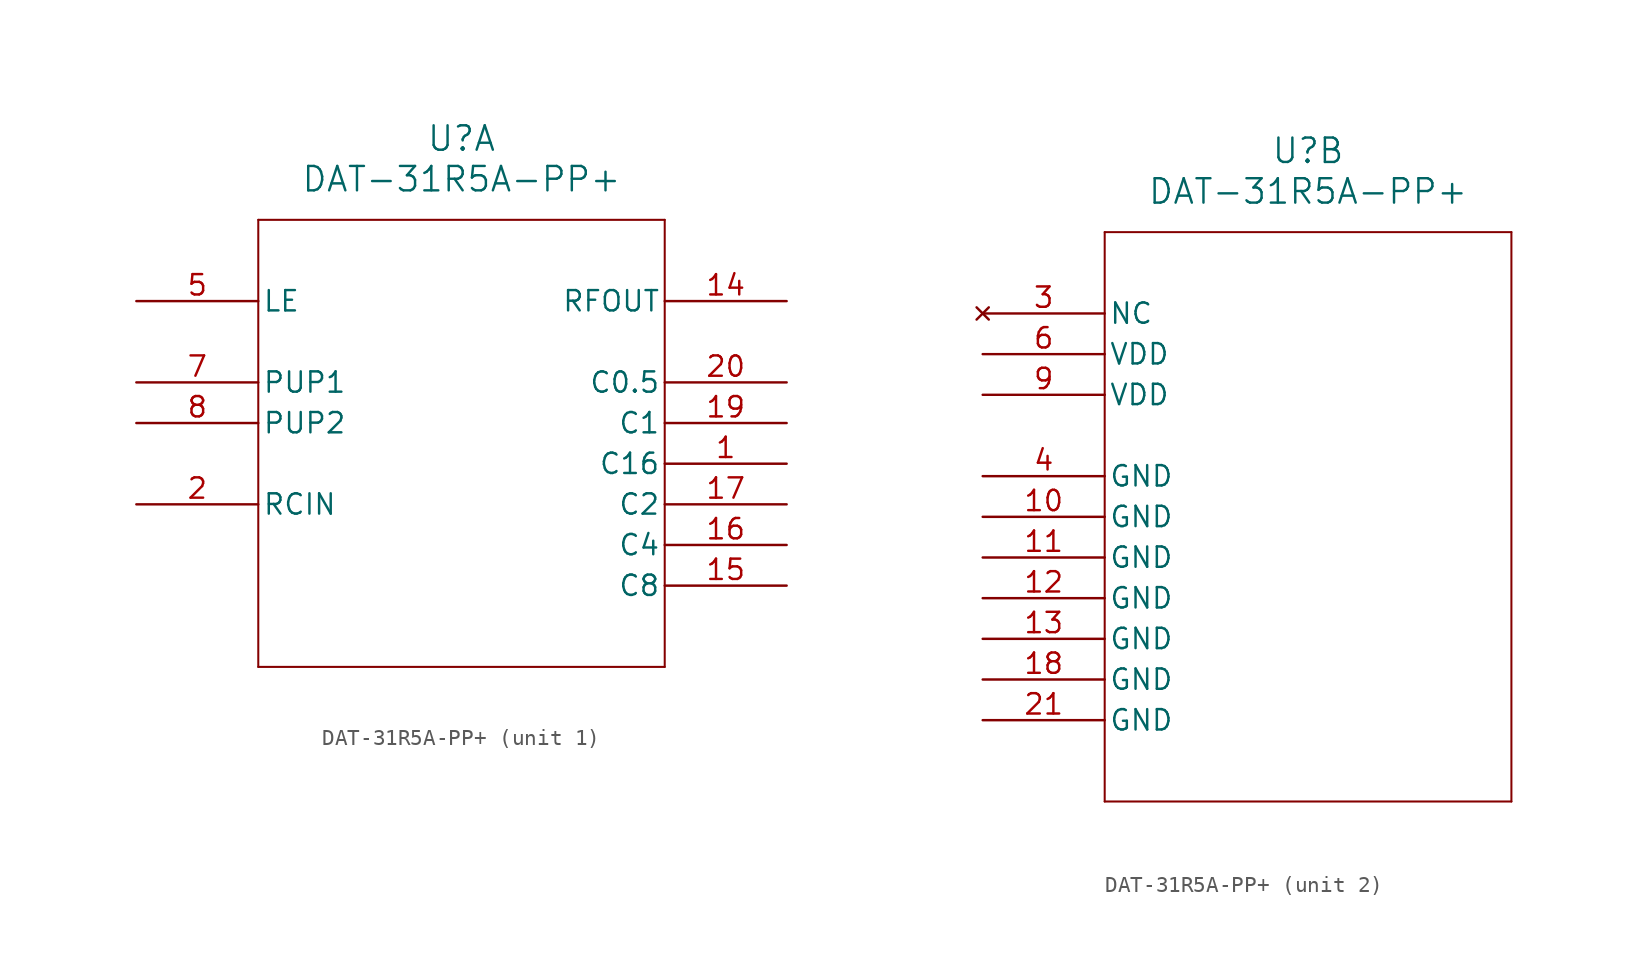
<source format=kicad_sym>
(kicad_symbol_lib
  (version 20211014)
  (generator kicad_symbol_editor)
  (symbol "DAT-31R5A-PP+"
    (pin_names
      (offset 0.254))
    (property "Reference" "U"
      (at 20.32 10.16 0)
      (effects (font (size 1.524 1.524))))
    (property "Value" "DAT-31R5A-PP+"
      (at 20.32 7.62 0)
      (effects (font (size 1.524 1.524))))
    (symbol "DAT-31R5A-PP+_1_1"
      (polyline (pts (xy 7.62 5.08) (xy 7.62 -22.86)) (stroke (width 0.127) (type default) (color 0 0 0 0)) (fill (type none)))
      (polyline (pts (xy 7.62 -22.86) (xy 33.02 -22.86)) (stroke (width 0.127) (type default) (color 0 0 0 0)) (fill (type none)))
      (polyline (pts (xy 33.02 -22.86) (xy 33.02 5.08)) (stroke (width 0.127) (type default) (color 0 0 0 0)) (fill (type none)))
      (polyline (pts (xy 33.02 5.08) (xy 7.62 5.08)) (stroke (width 0.127) (type default) (color 0 0 0 0)) (fill (type none)))
      (pin bidirectional line (at 40.64 -10.16 180) (length 7.62) (name "C16" (effects (font (size 1.27 1.27)))) (number "1" (effects (font (size 1.27 1.27)))))
      (pin input line (at 0 -12.7 0) (length 7.62) (name "RCIN" (effects (font (size 1.27 1.27)))) (number "2" (effects (font (size 1.27 1.27)))))
      (pin input line (at 0 0 0) (length 7.62) (name "LE" (effects (font (size 1.27 1.27)))) (number "5" (effects (font (size 1.27 1.27)))))
      (pin input line (at 0 -5.08 0) (length 7.62) (name "PUP1" (effects (font (size 1.27 1.27)))) (number "7" (effects (font (size 1.27 1.27)))))
      (pin input line (at 0 -7.62 0) (length 7.62) (name "PUP2" (effects (font (size 1.27 1.27)))) (number "8" (effects (font (size 1.27 1.27)))))
      (pin output line (at 40.64 0 180) (length 7.62) (name "RFOUT" (effects (font (size 1.27 1.27)))) (number "14" (effects (font (size 1.27 1.27)))))
      (pin bidirectional line (at 40.64 -17.78 180) (length 7.62) (name "C8" (effects (font (size 1.27 1.27)))) (number "15" (effects (font (size 1.27 1.27)))))
      (pin bidirectional line (at 40.64 -15.24 180) (length 7.62) (name "C4" (effects (font (size 1.27 1.27)))) (number "16" (effects (font (size 1.27 1.27)))))
      (pin bidirectional line (at 40.64 -12.7 180) (length 7.62) (name "C2" (effects (font (size 1.27 1.27)))) (number "17" (effects (font (size 1.27 1.27)))))
      (pin bidirectional line (at 40.64 -7.62 180) (length 7.62) (name "C1" (effects (font (size 1.27 1.27)))) (number "19" (effects (font (size 1.27 1.27)))))
      (pin bidirectional line (at 40.64 -5.08 180) (length 7.62) (name "C0.5" (effects (font (size 1.27 1.27)))) (number "20" (effects (font (size 1.27 1.27))))))
    (symbol "DAT-31R5A-PP+_2_1"
      (polyline (pts (xy 7.62 5.08) (xy 7.62 -30.48)) (stroke (width 0.127) (type default) (color 0 0 0 0)) (fill (type none)))
      (polyline (pts (xy 7.62 -30.48) (xy 33.02 -30.48)) (stroke (width 0.127) (type default) (color 0 0 0 0)) (fill (type none)))
      (polyline (pts (xy 33.02 -30.48) (xy 33.02 5.08)) (stroke (width 0.127) (type default) (color 0 0 0 0)) (fill (type none)))
      (polyline (pts (xy 33.02 5.08) (xy 7.62 5.08)) (stroke (width 0.127) (type default) (color 0 0 0 0)) (fill (type none)))
      (pin no_connect line (at 0 0 0) (length 7.62) (name "NC" (effects (font (size 1.27 1.27)))) (number "3" (effects (font (size 1.27 1.27)))))
      (pin power_out line (at 0 -10.16 0) (length 7.62) (name "GND" (effects (font (size 1.27 1.27)))) (number "4" (effects (font (size 1.27 1.27)))))
      (pin power_in line (at 0 -2.54 0) (length 7.62) (name "VDD" (effects (font (size 1.27 1.27)))) (number "6" (effects (font (size 1.27 1.27)))))
      (pin power_in line (at 0 -5.08 0) (length 7.62) (name "VDD" (effects (font (size 1.27 1.27)))) (number "9" (effects (font (size 1.27 1.27)))))
      (pin power_out line (at 0 -12.7 0) (length 7.62) (name "GND" (effects (font (size 1.27 1.27)))) (number "10" (effects (font (size 1.27 1.27)))))
      (pin power_out line (at 0 -15.24 0) (length 7.62) (name "GND" (effects (font (size 1.27 1.27)))) (number "11" (effects (font (size 1.27 1.27)))))
      (pin power_out line (at 0 -17.78 0) (length 7.62) (name "GND" (effects (font (size 1.27 1.27)))) (number "12" (effects (font (size 1.27 1.27)))))
      (pin power_out line (at 0 -20.32 0) (length 7.62) (name "GND" (effects (font (size 1.27 1.27)))) (number "13" (effects (font (size 1.27 1.27)))))
      (pin power_out line (at 0 -22.86 0) (length 7.62) (name "GND" (effects (font (size 1.27 1.27)))) (number "18" (effects (font (size 1.27 1.27)))))
      (pin power_out line (at 0 -25.4 0) (length 7.62) (name "GND" (effects (font (size 1.27 1.27)))) (number "21" (effects (font (size 1.27 1.27))))))))
</source>
